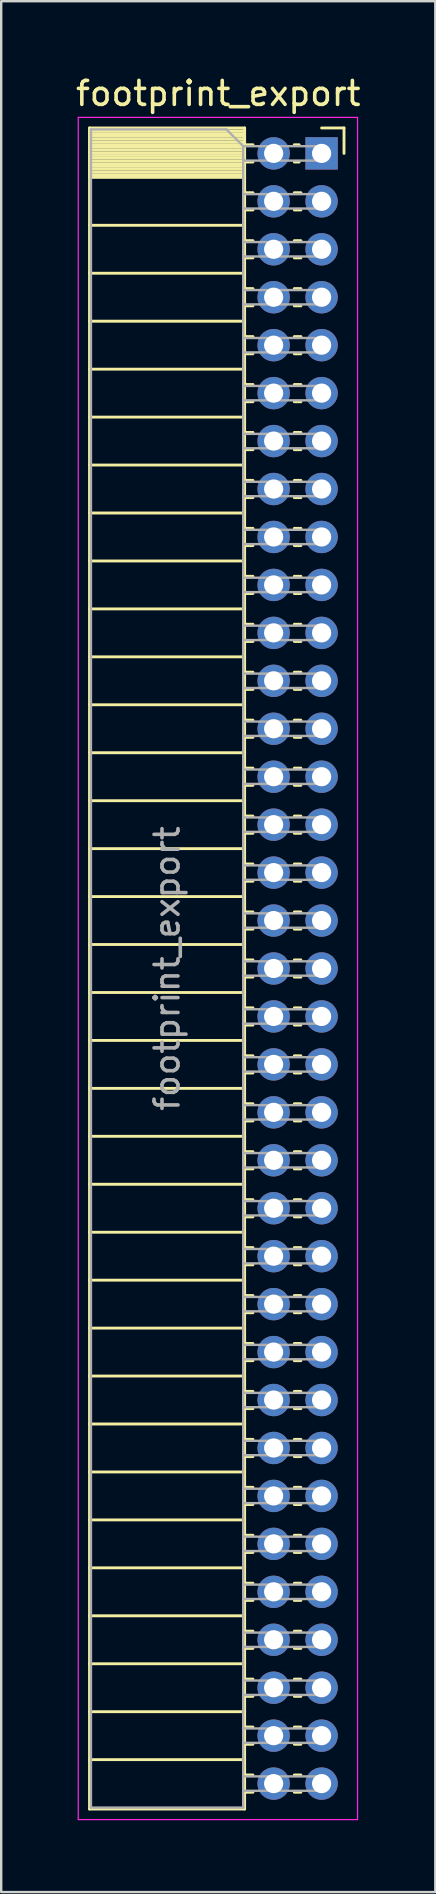
<source format=kicad_pcb>
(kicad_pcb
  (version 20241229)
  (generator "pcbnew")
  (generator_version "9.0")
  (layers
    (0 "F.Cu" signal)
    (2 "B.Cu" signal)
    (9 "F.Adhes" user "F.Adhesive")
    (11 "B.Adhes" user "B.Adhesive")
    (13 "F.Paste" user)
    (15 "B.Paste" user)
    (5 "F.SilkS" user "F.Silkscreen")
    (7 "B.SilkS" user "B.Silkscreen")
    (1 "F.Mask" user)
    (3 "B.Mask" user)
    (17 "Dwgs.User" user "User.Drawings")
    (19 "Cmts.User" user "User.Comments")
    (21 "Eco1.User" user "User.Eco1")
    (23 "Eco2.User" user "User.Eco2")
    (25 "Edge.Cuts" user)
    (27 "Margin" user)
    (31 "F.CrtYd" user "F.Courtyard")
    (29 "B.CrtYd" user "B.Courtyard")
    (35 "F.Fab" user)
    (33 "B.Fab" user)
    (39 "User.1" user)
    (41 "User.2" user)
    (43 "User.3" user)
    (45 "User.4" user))
  (footprint "footprint_export"
    (layer "F.Cu")
    (at 10.364 3.348)
    (property "Reference" "footprint_export" (at -4.31 -2.5 0) (layer "F.SilkS") (effects (font (size 1 1) (thickness 0.15))))
    (attr through_hole)
    (fp_line (start -9.68 -1.06) (end -9.68 69.06) (stroke (width 0.12) (type solid)) (layer "F.SilkS"))
    (fp_line (start -9.68 -1.06) (end -3.21 -1.06) (stroke (width 0.12) (type solid)) (layer "F.SilkS"))
    (fp_line (start -9.68 -0.94) (end -3.21 -0.94) (stroke (width 0.12) (type solid)) (layer "F.SilkS"))
    (fp_line (start -9.68 -0.826) (end -3.21 -0.826) (stroke (width 0.12) (type solid)) (layer "F.SilkS"))
    (fp_line (start -9.68 -0.712) (end -3.21 -0.712) (stroke (width 0.12) (type solid)) (layer "F.SilkS"))
    (fp_line (start -9.68 -0.598) (end -3.21 -0.598) (stroke (width 0.12) (type solid)) (layer "F.SilkS"))
    (fp_line (start -9.68 -0.484) (end -3.21 -0.484) (stroke (width 0.12) (type solid)) (layer "F.SilkS"))
    (fp_line (start -9.68 -0.369) (end -3.21 -0.369) (stroke (width 0.12) (type solid)) (layer "F.SilkS"))
    (fp_line (start -9.68 -0.255) (end -3.21 -0.255) (stroke (width 0.12) (type solid)) (layer "F.SilkS"))
    (fp_line (start -9.68 -0.141) (end -3.21 -0.141) (stroke (width 0.12) (type solid)) (layer "F.SilkS"))
    (fp_line (start -9.68 -0.027) (end -3.21 -0.027) (stroke (width 0.12) (type solid)) (layer "F.SilkS"))
    (fp_line (start -9.68 0.087) (end -3.21 0.087) (stroke (width 0.12) (type solid)) (layer "F.SilkS"))
    (fp_line (start -9.68 0.201) (end -3.21 0.201) (stroke (width 0.12) (type solid)) (layer "F.SilkS"))
    (fp_line (start -9.68 0.315) (end -3.21 0.315) (stroke (width 0.12) (type solid)) (layer "F.SilkS"))
    (fp_line (start -9.68 0.429) (end -3.21 0.429) (stroke (width 0.12) (type solid)) (layer "F.SilkS"))
    (fp_line (start -9.68 0.544) (end -3.21 0.544) (stroke (width 0.12) (type solid)) (layer "F.SilkS"))
    (fp_line (start -9.68 0.658) (end -3.21 0.658) (stroke (width 0.12) (type solid)) (layer "F.SilkS"))
    (fp_line (start -9.68 0.772) (end -3.21 0.772) (stroke (width 0.12) (type solid)) (layer "F.SilkS"))
    (fp_line (start -9.68 0.886) (end -3.21 0.886) (stroke (width 0.12) (type solid)) (layer "F.SilkS"))
    (fp_line (start -9.68 1) (end -3.21 1) (stroke (width 0.12) (type solid)) (layer "F.SilkS"))
    (fp_line (start -9.68 3) (end -3.21 3) (stroke (width 0.12) (type solid)) (layer "F.SilkS"))
    (fp_line (start -9.68 5) (end -3.21 5) (stroke (width 0.12) (type solid)) (layer "F.SilkS"))
    (fp_line (start -9.68 7) (end -3.21 7) (stroke (width 0.12) (type solid)) (layer "F.SilkS"))
    (fp_line (start -9.68 9) (end -3.21 9) (stroke (width 0.12) (type solid)) (layer "F.SilkS"))
    (fp_line (start -9.68 11) (end -3.21 11) (stroke (width 0.12) (type solid)) (layer "F.SilkS"))
    (fp_line (start -9.68 13) (end -3.21 13) (stroke (width 0.12) (type solid)) (layer "F.SilkS"))
    (fp_line (start -9.68 15) (end -3.21 15) (stroke (width 0.12) (type solid)) (layer "F.SilkS"))
    (fp_line (start -9.68 17) (end -3.21 17) (stroke (width 0.12) (type solid)) (layer "F.SilkS"))
    (fp_line (start -9.68 19) (end -3.21 19) (stroke (width 0.12) (type solid)) (layer "F.SilkS"))
    (fp_line (start -9.68 21) (end -3.21 21) (stroke (width 0.12) (type solid)) (layer "F.SilkS"))
    (fp_line (start -9.68 23) (end -3.21 23) (stroke (width 0.12) (type solid)) (layer "F.SilkS"))
    (fp_line (start -9.68 25) (end -3.21 25) (stroke (width 0.12) (type solid)) (layer "F.SilkS"))
    (fp_line (start -9.68 27) (end -3.21 27) (stroke (width 0.12) (type solid)) (layer "F.SilkS"))
    (fp_line (start -9.68 29) (end -3.21 29) (stroke (width 0.12) (type solid)) (layer "F.SilkS"))
    (fp_line (start -9.68 31) (end -3.21 31) (stroke (width 0.12) (type solid)) (layer "F.SilkS"))
    (fp_line (start -9.68 33) (end -3.21 33) (stroke (width 0.12) (type solid)) (layer "F.SilkS"))
    (fp_line (start -9.68 35) (end -3.21 35) (stroke (width 0.12) (type solid)) (layer "F.SilkS"))
    (fp_line (start -9.68 37) (end -3.21 37) (stroke (width 0.12) (type solid)) (layer "F.SilkS"))
    (fp_line (start -9.68 39) (end -3.21 39) (stroke (width 0.12) (type solid)) (layer "F.SilkS"))
    (fp_line (start -9.68 41) (end -3.21 41) (stroke (width 0.12) (type solid)) (layer "F.SilkS"))
    (fp_line (start -9.68 43) (end -3.21 43) (stroke (width 0.12) (type solid)) (layer "F.SilkS"))
    (fp_line (start -9.68 45) (end -3.21 45) (stroke (width 0.12) (type solid)) (layer "F.SilkS"))
    (fp_line (start -9.68 47) (end -3.21 47) (stroke (width 0.12) (type solid)) (layer "F.SilkS"))
    (fp_line (start -9.68 49) (end -3.21 49) (stroke (width 0.12) (type solid)) (layer "F.SilkS"))
    (fp_line (start -9.68 51) (end -3.21 51) (stroke (width 0.12) (type solid)) (layer "F.SilkS"))
    (fp_line (start -9.68 53) (end -3.21 53) (stroke (width 0.12) (type solid)) (layer "F.SilkS"))
    (fp_line (start -9.68 55) (end -3.21 55) (stroke (width 0.12) (type solid)) (layer "F.SilkS"))
    (fp_line (start -9.68 57) (end -3.21 57) (stroke (width 0.12) (type solid)) (layer "F.SilkS"))
    (fp_line (start -9.68 59) (end -3.21 59) (stroke (width 0.12) (type solid)) (layer "F.SilkS"))
    (fp_line (start -9.68 61) (end -3.21 61) (stroke (width 0.12) (type solid)) (layer "F.SilkS"))
    (fp_line (start -9.68 63) (end -3.21 63) (stroke (width 0.12) (type solid)) (layer "F.SilkS"))
    (fp_line (start -9.68 65) (end -3.21 65) (stroke (width 0.12) (type solid)) (layer "F.SilkS"))
    (fp_line (start -9.68 67) (end -3.21 67) (stroke (width 0.12) (type solid)) (layer "F.SilkS"))
    (fp_line (start -9.68 69.06) (end -3.21 69.06) (stroke (width 0.12) (type solid)) (layer "F.SilkS"))
    (fp_line (start -3.21 -1.06) (end -3.21 69.06) (stroke (width 0.12) (type solid)) (layer "F.SilkS"))
    (fp_line (start -3.21 -0.36) (end -2.863 -0.36) (stroke (width 0.12) (type solid)) (layer "F.SilkS"))
    (fp_line (start -3.21 0.36) (end -2.863 0.36) (stroke (width 0.12) (type solid)) (layer "F.SilkS"))
    (fp_line (start -3.21 1.64) (end -2.863 1.64) (stroke (width 0.12) (type solid)) (layer "F.SilkS"))
    (fp_line (start -3.21 2.36) (end -2.863 2.36) (stroke (width 0.12) (type solid)) (layer "F.SilkS"))
    (fp_line (start -3.21 3.64) (end -2.863 3.64) (stroke (width 0.12) (type solid)) (layer "F.SilkS"))
    (fp_line (start -3.21 4.36) (end -2.863 4.36) (stroke (width 0.12) (type solid)) (layer "F.SilkS"))
    (fp_line (start -3.21 5.64) (end -2.863 5.64) (stroke (width 0.12) (type solid)) (layer "F.SilkS"))
    (fp_line (start -3.21 6.36) (end -2.863 6.36) (stroke (width 0.12) (type solid)) (layer "F.SilkS"))
    (fp_line (start -3.21 7.64) (end -2.863 7.64) (stroke (width 0.12) (type solid)) (layer "F.SilkS"))
    (fp_line (start -3.21 8.36) (end -2.863 8.36) (stroke (width 0.12) (type solid)) (layer "F.SilkS"))
    (fp_line (start -3.21 9.64) (end -2.863 9.64) (stroke (width 0.12) (type solid)) (layer "F.SilkS"))
    (fp_line (start -3.21 10.36) (end -2.863 10.36) (stroke (width 0.12) (type solid)) (layer "F.SilkS"))
    (fp_line (start -3.21 11.64) (end -2.863 11.64) (stroke (width 0.12) (type solid)) (layer "F.SilkS"))
    (fp_line (start -3.21 12.36) (end -2.863 12.36) (stroke (width 0.12) (type solid)) (layer "F.SilkS"))
    (fp_line (start -3.21 13.64) (end -2.863 13.64) (stroke (width 0.12) (type solid)) (layer "F.SilkS"))
    (fp_line (start -3.21 14.36) (end -2.863 14.36) (stroke (width 0.12) (type solid)) (layer "F.SilkS"))
    (fp_line (start -3.21 15.64) (end -2.863 15.64) (stroke (width 0.12) (type solid)) (layer "F.SilkS"))
    (fp_line (start -3.21 16.36) (end -2.863 16.36) (stroke (width 0.12) (type solid)) (layer "F.SilkS"))
    (fp_line (start -3.21 17.64) (end -2.863 17.64) (stroke (width 0.12) (type solid)) (layer "F.SilkS"))
    (fp_line (start -3.21 18.36) (end -2.863 18.36) (stroke (width 0.12) (type solid)) (layer "F.SilkS"))
    (fp_line (start -3.21 19.64) (end -2.863 19.64) (stroke (width 0.12) (type solid)) (layer "F.SilkS"))
    (fp_line (start -3.21 20.36) (end -2.863 20.36) (stroke (width 0.12) (type solid)) (layer "F.SilkS"))
    (fp_line (start -3.21 21.64) (end -2.863 21.64) (stroke (width 0.12) (type solid)) (layer "F.SilkS"))
    (fp_line (start -3.21 22.36) (end -2.863 22.36) (stroke (width 0.12) (type solid)) (layer "F.SilkS"))
    (fp_line (start -3.21 23.64) (end -2.863 23.64) (stroke (width 0.12) (type solid)) (layer "F.SilkS"))
    (fp_line (start -3.21 24.36) (end -2.863 24.36) (stroke (width 0.12) (type solid)) (layer "F.SilkS"))
    (fp_line (start -3.21 25.64) (end -2.863 25.64) (stroke (width 0.12) (type solid)) (layer "F.SilkS"))
    (fp_line (start -3.21 26.36) (end -2.863 26.36) (stroke (width 0.12) (type solid)) (layer "F.SilkS"))
    (fp_line (start -3.21 27.64) (end -2.863 27.64) (stroke (width 0.12) (type solid)) (layer "F.SilkS"))
    (fp_line (start -3.21 28.36) (end -2.863 28.36) (stroke (width 0.12) (type solid)) (layer "F.SilkS"))
    (fp_line (start -3.21 29.64) (end -2.863 29.64) (stroke (width 0.12) (type solid)) (layer "F.SilkS"))
    (fp_line (start -3.21 30.36) (end -2.863 30.36) (stroke (width 0.12) (type solid)) (layer "F.SilkS"))
    (fp_line (start -3.21 31.64) (end -2.863 31.64) (stroke (width 0.12) (type solid)) (layer "F.SilkS"))
    (fp_line (start -3.21 32.36) (end -2.863 32.36) (stroke (width 0.12) (type solid)) (layer "F.SilkS"))
    (fp_line (start -3.21 33.64) (end -2.863 33.64) (stroke (width 0.12) (type solid)) (layer "F.SilkS"))
    (fp_line (start -3.21 34.36) (end -2.863 34.36) (stroke (width 0.12) (type solid)) (layer "F.SilkS"))
    (fp_line (start -3.21 35.64) (end -2.863 35.64) (stroke (width 0.12) (type solid)) (layer "F.SilkS"))
    (fp_line (start -3.21 36.36) (end -2.863 36.36) (stroke (width 0.12) (type solid)) (layer "F.SilkS"))
    (fp_line (start -3.21 37.64) (end -2.863 37.64) (stroke (width 0.12) (type solid)) (layer "F.SilkS"))
    (fp_line (start -3.21 38.36) (end -2.863 38.36) (stroke (width 0.12) (type solid)) (layer "F.SilkS"))
    (fp_line (start -3.21 39.64) (end -2.863 39.64) (stroke (width 0.12) (type solid)) (layer "F.SilkS"))
    (fp_line (start -3.21 40.36) (end -2.863 40.36) (stroke (width 0.12) (type solid)) (layer "F.SilkS"))
    (fp_line (start -3.21 41.64) (end -2.863 41.64) (stroke (width 0.12) (type solid)) (layer "F.SilkS"))
    (fp_line (start -3.21 42.36) (end -2.863 42.36) (stroke (width 0.12) (type solid)) (layer "F.SilkS"))
    (fp_line (start -3.21 43.64) (end -2.863 43.64) (stroke (width 0.12) (type solid)) (layer "F.SilkS"))
    (fp_line (start -3.21 44.36) (end -2.863 44.36) (stroke (width 0.12) (type solid)) (layer "F.SilkS"))
    (fp_line (start -3.21 45.64) (end -2.863 45.64) (stroke (width 0.12) (type solid)) (layer "F.SilkS"))
    (fp_line (start -3.21 46.36) (end -2.863 46.36) (stroke (width 0.12) (type solid)) (layer "F.SilkS"))
    (fp_line (start -3.21 47.64) (end -2.863 47.64) (stroke (width 0.12) (type solid)) (layer "F.SilkS"))
    (fp_line (start -3.21 48.36) (end -2.863 48.36) (stroke (width 0.12) (type solid)) (layer "F.SilkS"))
    (fp_line (start -3.21 49.64) (end -2.863 49.64) (stroke (width 0.12) (type solid)) (layer "F.SilkS"))
    (fp_line (start -3.21 50.36) (end -2.863 50.36) (stroke (width 0.12) (type solid)) (layer "F.SilkS"))
    (fp_line (start -3.21 51.64) (end -2.863 51.64) (stroke (width 0.12) (type solid)) (layer "F.SilkS"))
    (fp_line (start -3.21 52.36) (end -2.863 52.36) (stroke (width 0.12) (type solid)) (layer "F.SilkS"))
    (fp_line (start -3.21 53.64) (end -2.863 53.64) (stroke (width 0.12) (type solid)) (layer "F.SilkS"))
    (fp_line (start -3.21 54.36) (end -2.863 54.36) (stroke (width 0.12) (type solid)) (layer "F.SilkS"))
    (fp_line (start -3.21 55.64) (end -2.863 55.64) (stroke (width 0.12) (type solid)) (layer "F.SilkS"))
    (fp_line (start -3.21 56.36) (end -2.863 56.36) (stroke (width 0.12) (type solid)) (layer "F.SilkS"))
    (fp_line (start -3.21 57.64) (end -2.863 57.64) (stroke (width 0.12) (type solid)) (layer "F.SilkS"))
    (fp_line (start -3.21 58.36) (end -2.863 58.36) (stroke (width 0.12) (type solid)) (layer "F.SilkS"))
    (fp_line (start -3.21 59.64) (end -2.863 59.64) (stroke (width 0.12) (type solid)) (layer "F.SilkS"))
    (fp_line (start -3.21 60.36) (end -2.863 60.36) (stroke (width 0.12) (type solid)) (layer "F.SilkS"))
    (fp_line (start -3.21 61.64) (end -2.863 61.64) (stroke (width 0.12) (type solid)) (layer "F.SilkS"))
    (fp_line (start -3.21 62.36) (end -2.863 62.36) (stroke (width 0.12) (type solid)) (layer "F.SilkS"))
    (fp_line (start -3.21 63.64) (end -2.863 63.64) (stroke (width 0.12) (type solid)) (layer "F.SilkS"))
    (fp_line (start -3.21 64.36) (end -2.863 64.36) (stroke (width 0.12) (type solid)) (layer "F.SilkS"))
    (fp_line (start -3.21 65.64) (end -2.863 65.64) (stroke (width 0.12) (type solid)) (layer "F.SilkS"))
    (fp_line (start -3.21 66.36) (end -2.863 66.36) (stroke (width 0.12) (type solid)) (layer "F.SilkS"))
    (fp_line (start -3.21 67.64) (end -2.863 67.64) (stroke (width 0.12) (type solid)) (layer "F.SilkS"))
    (fp_line (start -3.21 68.36) (end -2.863 68.36) (stroke (width 0.12) (type solid)) (layer "F.SilkS"))
    (fp_line (start -1.137 -0.36) (end -0.935 -0.36) (stroke (width 0.12) (type solid)) (layer "F.SilkS"))
    (fp_line (start -1.137 0.36) (end -0.935 0.36) (stroke (width 0.12) (type solid)) (layer "F.SilkS"))
    (fp_line (start -1.137 1.64) (end -0.863 1.64) (stroke (width 0.12) (type solid)) (layer "F.SilkS"))
    (fp_line (start -1.137 2.36) (end -0.863 2.36) (stroke (width 0.12) (type solid)) (layer "F.SilkS"))
    (fp_line (start -1.137 3.64) (end -0.863 3.64) (stroke (width 0.12) (type solid)) (layer "F.SilkS"))
    (fp_line (start -1.137 4.36) (end -0.863 4.36) (stroke (width 0.12) (type solid)) (layer "F.SilkS"))
    (fp_line (start -1.137 5.64) (end -0.863 5.64) (stroke (width 0.12) (type solid)) (layer "F.SilkS"))
    (fp_line (start -1.137 6.36) (end -0.863 6.36) (stroke (width 0.12) (type solid)) (layer "F.SilkS"))
    (fp_line (start -1.137 7.64) (end -0.863 7.64) (stroke (width 0.12) (type solid)) (layer "F.SilkS"))
    (fp_line (start -1.137 8.36) (end -0.863 8.36) (stroke (width 0.12) (type solid)) (layer "F.SilkS"))
    (fp_line (start -1.137 9.64) (end -0.863 9.64) (stroke (width 0.12) (type solid)) (layer "F.SilkS"))
    (fp_line (start -1.137 10.36) (end -0.863 10.36) (stroke (width 0.12) (type solid)) (layer "F.SilkS"))
    (fp_line (start -1.137 11.64) (end -0.863 11.64) (stroke (width 0.12) (type solid)) (layer "F.SilkS"))
    (fp_line (start -1.137 12.36) (end -0.863 12.36) (stroke (width 0.12) (type solid)) (layer "F.SilkS"))
    (fp_line (start -1.137 13.64) (end -0.863 13.64) (stroke (width 0.12) (type solid)) (layer "F.SilkS"))
    (fp_line (start -1.137 14.36) (end -0.863 14.36) (stroke (width 0.12) (type solid)) (layer "F.SilkS"))
    (fp_line (start -1.137 15.64) (end -0.863 15.64) (stroke (width 0.12) (type solid)) (layer "F.SilkS"))
    (fp_line (start -1.137 16.36) (end -0.863 16.36) (stroke (width 0.12) (type solid)) (layer "F.SilkS"))
    (fp_line (start -1.137 17.64) (end -0.863 17.64) (stroke (width 0.12) (type solid)) (layer "F.SilkS"))
    (fp_line (start -1.137 18.36) (end -0.863 18.36) (stroke (width 0.12) (type solid)) (layer "F.SilkS"))
    (fp_line (start -1.137 19.64) (end -0.863 19.64) (stroke (width 0.12) (type solid)) (layer "F.SilkS"))
    (fp_line (start -1.137 20.36) (end -0.863 20.36) (stroke (width 0.12) (type solid)) (layer "F.SilkS"))
    (fp_line (start -1.137 21.64) (end -0.863 21.64) (stroke (width 0.12) (type solid)) (layer "F.SilkS"))
    (fp_line (start -1.137 22.36) (end -0.863 22.36) (stroke (width 0.12) (type solid)) (layer "F.SilkS"))
    (fp_line (start -1.137 23.64) (end -0.863 23.64) (stroke (width 0.12) (type solid)) (layer "F.SilkS"))
    (fp_line (start -1.137 24.36) (end -0.863 24.36) (stroke (width 0.12) (type solid)) (layer "F.SilkS"))
    (fp_line (start -1.137 25.64) (end -0.863 25.64) (stroke (width 0.12) (type solid)) (layer "F.SilkS"))
    (fp_line (start -1.137 26.36) (end -0.863 26.36) (stroke (width 0.12) (type solid)) (layer "F.SilkS"))
    (fp_line (start -1.137 27.64) (end -0.863 27.64) (stroke (width 0.12) (type solid)) (layer "F.SilkS"))
    (fp_line (start -1.137 28.36) (end -0.863 28.36) (stroke (width 0.12) (type solid)) (layer "F.SilkS"))
    (fp_line (start -1.137 29.64) (end -0.863 29.64) (stroke (width 0.12) (type solid)) (layer "F.SilkS"))
    (fp_line (start -1.137 30.36) (end -0.863 30.36) (stroke (width 0.12) (type solid)) (layer "F.SilkS"))
    (fp_line (start -1.137 31.64) (end -0.863 31.64) (stroke (width 0.12) (type solid)) (layer "F.SilkS"))
    (fp_line (start -1.137 32.36) (end -0.863 32.36) (stroke (width 0.12) (type solid)) (layer "F.SilkS"))
    (fp_line (start -1.137 33.64) (end -0.863 33.64) (stroke (width 0.12) (type solid)) (layer "F.SilkS"))
    (fp_line (start -1.137 34.36) (end -0.863 34.36) (stroke (width 0.12) (type solid)) (layer "F.SilkS"))
    (fp_line (start -1.137 35.64) (end -0.863 35.64) (stroke (width 0.12) (type solid)) (layer "F.SilkS"))
    (fp_line (start -1.137 36.36) (end -0.863 36.36) (stroke (width 0.12) (type solid)) (layer "F.SilkS"))
    (fp_line (start -1.137 37.64) (end -0.863 37.64) (stroke (width 0.12) (type solid)) (layer "F.SilkS"))
    (fp_line (start -1.137 38.36) (end -0.863 38.36) (stroke (width 0.12) (type solid)) (layer "F.SilkS"))
    (fp_line (start -1.137 39.64) (end -0.863 39.64) (stroke (width 0.12) (type solid)) (layer "F.SilkS"))
    (fp_line (start -1.137 40.36) (end -0.863 40.36) (stroke (width 0.12) (type solid)) (layer "F.SilkS"))
    (fp_line (start -1.137 41.64) (end -0.863 41.64) (stroke (width 0.12) (type solid)) (layer "F.SilkS"))
    (fp_line (start -1.137 42.36) (end -0.863 42.36) (stroke (width 0.12) (type solid)) (layer "F.SilkS"))
    (fp_line (start -1.137 43.64) (end -0.863 43.64) (stroke (width 0.12) (type solid)) (layer "F.SilkS"))
    (fp_line (start -1.137 44.36) (end -0.863 44.36) (stroke (width 0.12) (type solid)) (layer "F.SilkS"))
    (fp_line (start -1.137 45.64) (end -0.863 45.64) (stroke (width 0.12) (type solid)) (layer "F.SilkS"))
    (fp_line (start -1.137 46.36) (end -0.863 46.36) (stroke (width 0.12) (type solid)) (layer "F.SilkS"))
    (fp_line (start -1.137 47.64) (end -0.863 47.64) (stroke (width 0.12) (type solid)) (layer "F.SilkS"))
    (fp_line (start -1.137 48.36) (end -0.863 48.36) (stroke (width 0.12) (type solid)) (layer "F.SilkS"))
    (fp_line (start -1.137 49.64) (end -0.863 49.64) (stroke (width 0.12) (type solid)) (layer "F.SilkS"))
    (fp_line (start -1.137 50.36) (end -0.863 50.36) (stroke (width 0.12) (type solid)) (layer "F.SilkS"))
    (fp_line (start -1.137 51.64) (end -0.863 51.64) (stroke (width 0.12) (type solid)) (layer "F.SilkS"))
    (fp_line (start -1.137 52.36) (end -0.863 52.36) (stroke (width 0.12) (type solid)) (layer "F.SilkS"))
    (fp_line (start -1.137 53.64) (end -0.863 53.64) (stroke (width 0.12) (type solid)) (layer "F.SilkS"))
    (fp_line (start -1.137 54.36) (end -0.863 54.36) (stroke (width 0.12) (type solid)) (layer "F.SilkS"))
    (fp_line (start -1.137 55.64) (end -0.863 55.64) (stroke (width 0.12) (type solid)) (layer "F.SilkS"))
    (fp_line (start -1.137 56.36) (end -0.863 56.36) (stroke (width 0.12) (type solid)) (layer "F.SilkS"))
    (fp_line (start -1.137 57.64) (end -0.863 57.64) (stroke (width 0.12) (type solid)) (layer "F.SilkS"))
    (fp_line (start -1.137 58.36) (end -0.863 58.36) (stroke (width 0.12) (type solid)) (layer "F.SilkS"))
    (fp_line (start -1.137 59.64) (end -0.863 59.64) (stroke (width 0.12) (type solid)) (layer "F.SilkS"))
    (fp_line (start -1.137 60.36) (end -0.863 60.36) (stroke (width 0.12) (type solid)) (layer "F.SilkS"))
    (fp_line (start -1.137 61.64) (end -0.863 61.64) (stroke (width 0.12) (type solid)) (layer "F.SilkS"))
    (fp_line (start -1.137 62.36) (end -0.863 62.36) (stroke (width 0.12) (type solid)) (layer "F.SilkS"))
    (fp_line (start -1.137 63.64) (end -0.863 63.64) (stroke (width 0.12) (type solid)) (layer "F.SilkS"))
    (fp_line (start -1.137 64.36) (end -0.863 64.36) (stroke (width 0.12) (type solid)) (layer "F.SilkS"))
    (fp_line (start -1.137 65.64) (end -0.863 65.64) (stroke (width 0.12) (type solid)) (layer "F.SilkS"))
    (fp_line (start -1.137 66.36) (end -0.863 66.36) (stroke (width 0.12) (type solid)) (layer "F.SilkS"))
    (fp_line (start -1.137 67.64) (end -0.863 67.64) (stroke (width 0.12) (type solid)) (layer "F.SilkS"))
    (fp_line (start -1.137 68.36) (end -0.863 68.36) (stroke (width 0.12) (type solid)) (layer "F.SilkS"))
    (fp_line (start 0 -1.06) (end 0.935 -1.06) (stroke (width 0.12) (type solid)) (layer "F.SilkS"))
    (fp_line (start 0.935 -1.06) (end 0.935 0) (stroke (width 0.12) (type solid)) (layer "F.SilkS"))
    (fp_line (start -10.15 -1.5) (end -10.15 69.5) (stroke (width 0.05) (type solid)) (layer "F.CrtYd"))
    (fp_line (start -10.15 69.5) (end 1.5 69.5) (stroke (width 0.05) (type solid)) (layer "F.CrtYd"))
    (fp_line (start 1.5 -1.5) (end -10.15 -1.5) (stroke (width 0.05) (type solid)) (layer "F.CrtYd"))
    (fp_line (start 1.5 69.5) (end 1.5 -1.5) (stroke (width 0.05) (type solid)) (layer "F.CrtYd"))
    (fp_line (start -9.62 -1) (end -3.97 -1) (stroke (width 0.1) (type solid)) (layer "F.Fab"))
    (fp_line (start -9.62 69) (end -9.62 -1) (stroke (width 0.1) (type solid)) (layer "F.Fab"))
    (fp_line (start -3.97 -1) (end -3.27 -0.3) (stroke (width 0.1) (type solid)) (layer "F.Fab"))
    (fp_line (start -3.27 -0.3) (end -3.27 69) (stroke (width 0.1) (type solid)) (layer "F.Fab"))
    (fp_line (start -3.27 0.3) (end 0 0.3) (stroke (width 0.1) (type solid)) (layer "F.Fab"))
    (fp_line (start -3.27 2.3) (end 0 2.3) (stroke (width 0.1) (type solid)) (layer "F.Fab"))
    (fp_line (start -3.27 4.3) (end 0 4.3) (stroke (width 0.1) (type solid)) (layer "F.Fab"))
    (fp_line (start -3.27 6.3) (end 0 6.3) (stroke (width 0.1) (type solid)) (layer "F.Fab"))
    (fp_line (start -3.27 8.3) (end 0 8.3) (stroke (width 0.1) (type solid)) (layer "F.Fab"))
    (fp_line (start -3.27 10.3) (end 0 10.3) (stroke (width 0.1) (type solid)) (layer "F.Fab"))
    (fp_line (start -3.27 12.3) (end 0 12.3) (stroke (width 0.1) (type solid)) (layer "F.Fab"))
    (fp_line (start -3.27 14.3) (end 0 14.3) (stroke (width 0.1) (type solid)) (layer "F.Fab"))
    (fp_line (start -3.27 16.3) (end 0 16.3) (stroke (width 0.1) (type solid)) (layer "F.Fab"))
    (fp_line (start -3.27 18.3) (end 0 18.3) (stroke (width 0.1) (type solid)) (layer "F.Fab"))
    (fp_line (start -3.27 20.3) (end 0 20.3) (stroke (width 0.1) (type solid)) (layer "F.Fab"))
    (fp_line (start -3.27 22.3) (end 0 22.3) (stroke (width 0.1) (type solid)) (layer "F.Fab"))
    (fp_line (start -3.27 24.3) (end 0 24.3) (stroke (width 0.1) (type solid)) (layer "F.Fab"))
    (fp_line (start -3.27 26.3) (end 0 26.3) (stroke (width 0.1) (type solid)) (layer "F.Fab"))
    (fp_line (start -3.27 28.3) (end 0 28.3) (stroke (width 0.1) (type solid)) (layer "F.Fab"))
    (fp_line (start -3.27 30.3) (end 0 30.3) (stroke (width 0.1) (type solid)) (layer "F.Fab"))
    (fp_line (start -3.27 32.3) (end 0 32.3) (stroke (width 0.1) (type solid)) (layer "F.Fab"))
    (fp_line (start -3.27 34.3) (end 0 34.3) (stroke (width 0.1) (type solid)) (layer "F.Fab"))
    (fp_line (start -3.27 36.3) (end 0 36.3) (stroke (width 0.1) (type solid)) (layer "F.Fab"))
    (fp_line (start -3.27 38.3) (end 0 38.3) (stroke (width 0.1) (type solid)) (layer "F.Fab"))
    (fp_line (start -3.27 40.3) (end 0 40.3) (stroke (width 0.1) (type solid)) (layer "F.Fab"))
    (fp_line (start -3.27 42.3) (end 0 42.3) (stroke (width 0.1) (type solid)) (layer "F.Fab"))
    (fp_line (start -3.27 44.3) (end 0 44.3) (stroke (width 0.1) (type solid)) (layer "F.Fab"))
    (fp_line (start -3.27 46.3) (end 0 46.3) (stroke (width 0.1) (type solid)) (layer "F.Fab"))
    (fp_line (start -3.27 48.3) (end 0 48.3) (stroke (width 0.1) (type solid)) (layer "F.Fab"))
    (fp_line (start -3.27 50.3) (end 0 50.3) (stroke (width 0.1) (type solid)) (layer "F.Fab"))
    (fp_line (start -3.27 52.3) (end 0 52.3) (stroke (width 0.1) (type solid)) (layer "F.Fab"))
    (fp_line (start -3.27 54.3) (end 0 54.3) (stroke (width 0.1) (type solid)) (layer "F.Fab"))
    (fp_line (start -3.27 56.3) (end 0 56.3) (stroke (width 0.1) (type solid)) (layer "F.Fab"))
    (fp_line (start -3.27 58.3) (end 0 58.3) (stroke (width 0.1) (type solid)) (layer "F.Fab"))
    (fp_line (start -3.27 60.3) (end 0 60.3) (stroke (width 0.1) (type solid)) (layer "F.Fab"))
    (fp_line (start -3.27 62.3) (end 0 62.3) (stroke (width 0.1) (type solid)) (layer "F.Fab"))
    (fp_line (start -3.27 64.3) (end 0 64.3) (stroke (width 0.1) (type solid)) (layer "F.Fab"))
    (fp_line (start -3.27 66.3) (end 0 66.3) (stroke (width 0.1) (type solid)) (layer "F.Fab"))
    (fp_line (start -3.27 68.3) (end 0 68.3) (stroke (width 0.1) (type solid)) (layer "F.Fab"))
    (fp_line (start -3.27 69) (end -9.62 69) (stroke (width 0.1) (type solid)) (layer "F.Fab"))
    (fp_line (start 0 -0.3) (end -3.27 -0.3) (stroke (width 0.1) (type solid)) (layer "F.Fab"))
    (fp_line (start 0 0.3) (end 0 -0.3) (stroke (width 0.1) (type solid)) (layer "F.Fab"))
    (fp_line (start 0 1.7) (end -3.27 1.7) (stroke (width 0.1) (type solid)) (layer "F.Fab"))
    (fp_line (start 0 2.3) (end 0 1.7) (stroke (width 0.1) (type solid)) (layer "F.Fab"))
    (fp_line (start 0 3.7) (end -3.27 3.7) (stroke (width 0.1) (type solid)) (layer "F.Fab"))
    (fp_line (start 0 4.3) (end 0 3.7) (stroke (width 0.1) (type solid)) (layer "F.Fab"))
    (fp_line (start 0 5.7) (end -3.27 5.7) (stroke (width 0.1) (type solid)) (layer "F.Fab"))
    (fp_line (start 0 6.3) (end 0 5.7) (stroke (width 0.1) (type solid)) (layer "F.Fab"))
    (fp_line (start 0 7.7) (end -3.27 7.7) (stroke (width 0.1) (type solid)) (layer "F.Fab"))
    (fp_line (start 0 8.3) (end 0 7.7) (stroke (width 0.1) (type solid)) (layer "F.Fab"))
    (fp_line (start 0 9.7) (end -3.27 9.7) (stroke (width 0.1) (type solid)) (layer "F.Fab"))
    (fp_line (start 0 10.3) (end 0 9.7) (stroke (width 0.1) (type solid)) (layer "F.Fab"))
    (fp_line (start 0 11.7) (end -3.27 11.7) (stroke (width 0.1) (type solid)) (layer "F.Fab"))
    (fp_line (start 0 12.3) (end 0 11.7) (stroke (width 0.1) (type solid)) (layer "F.Fab"))
    (fp_line (start 0 13.7) (end -3.27 13.7) (stroke (width 0.1) (type solid)) (layer "F.Fab"))
    (fp_line (start 0 14.3) (end 0 13.7) (stroke (width 0.1) (type solid)) (layer "F.Fab"))
    (fp_line (start 0 15.7) (end -3.27 15.7) (stroke (width 0.1) (type solid)) (layer "F.Fab"))
    (fp_line (start 0 16.3) (end 0 15.7) (stroke (width 0.1) (type solid)) (layer "F.Fab"))
    (fp_line (start 0 17.7) (end -3.27 17.7) (stroke (width 0.1) (type solid)) (layer "F.Fab"))
    (fp_line (start 0 18.3) (end 0 17.7) (stroke (width 0.1) (type solid)) (layer "F.Fab"))
    (fp_line (start 0 19.7) (end -3.27 19.7) (stroke (width 0.1) (type solid)) (layer "F.Fab"))
    (fp_line (start 0 20.3) (end 0 19.7) (stroke (width 0.1) (type solid)) (layer "F.Fab"))
    (fp_line (start 0 21.7) (end -3.27 21.7) (stroke (width 0.1) (type solid)) (layer "F.Fab"))
    (fp_line (start 0 22.3) (end 0 21.7) (stroke (width 0.1) (type solid)) (layer "F.Fab"))
    (fp_line (start 0 23.7) (end -3.27 23.7) (stroke (width 0.1) (type solid)) (layer "F.Fab"))
    (fp_line (start 0 24.3) (end 0 23.7) (stroke (width 0.1) (type solid)) (layer "F.Fab"))
    (fp_line (start 0 25.7) (end -3.27 25.7) (stroke (width 0.1) (type solid)) (layer "F.Fab"))
    (fp_line (start 0 26.3) (end 0 25.7) (stroke (width 0.1) (type solid)) (layer "F.Fab"))
    (fp_line (start 0 27.7) (end -3.27 27.7) (stroke (width 0.1) (type solid)) (layer "F.Fab"))
    (fp_line (start 0 28.3) (end 0 27.7) (stroke (width 0.1) (type solid)) (layer "F.Fab"))
    (fp_line (start 0 29.7) (end -3.27 29.7) (stroke (width 0.1) (type solid)) (layer "F.Fab"))
    (fp_line (start 0 30.3) (end 0 29.7) (stroke (width 0.1) (type solid)) (layer "F.Fab"))
    (fp_line (start 0 31.7) (end -3.27 31.7) (stroke (width 0.1) (type solid)) (layer "F.Fab"))
    (fp_line (start 0 32.3) (end 0 31.7) (stroke (width 0.1) (type solid)) (layer "F.Fab"))
    (fp_line (start 0 33.7) (end -3.27 33.7) (stroke (width 0.1) (type solid)) (layer "F.Fab"))
    (fp_line (start 0 34.3) (end 0 33.7) (stroke (width 0.1) (type solid)) (layer "F.Fab"))
    (fp_line (start 0 35.7) (end -3.27 35.7) (stroke (width 0.1) (type solid)) (layer "F.Fab"))
    (fp_line (start 0 36.3) (end 0 35.7) (stroke (width 0.1) (type solid)) (layer "F.Fab"))
    (fp_line (start 0 37.7) (end -3.27 37.7) (stroke (width 0.1) (type solid)) (layer "F.Fab"))
    (fp_line (start 0 38.3) (end 0 37.7) (stroke (width 0.1) (type solid)) (layer "F.Fab"))
    (fp_line (start 0 39.7) (end -3.27 39.7) (stroke (width 0.1) (type solid)) (layer "F.Fab"))
    (fp_line (start 0 40.3) (end 0 39.7) (stroke (width 0.1) (type solid)) (layer "F.Fab"))
    (fp_line (start 0 41.7) (end -3.27 41.7) (stroke (width 0.1) (type solid)) (layer "F.Fab"))
    (fp_line (start 0 42.3) (end 0 41.7) (stroke (width 0.1) (type solid)) (layer "F.Fab"))
    (fp_line (start 0 43.7) (end -3.27 43.7) (stroke (width 0.1) (type solid)) (layer "F.Fab"))
    (fp_line (start 0 44.3) (end 0 43.7) (stroke (width 0.1) (type solid)) (layer "F.Fab"))
    (fp_line (start 0 45.7) (end -3.27 45.7) (stroke (width 0.1) (type solid)) (layer "F.Fab"))
    (fp_line (start 0 46.3) (end 0 45.7) (stroke (width 0.1) (type solid)) (layer "F.Fab"))
    (fp_line (start 0 47.7) (end -3.27 47.7) (stroke (width 0.1) (type solid)) (layer "F.Fab"))
    (fp_line (start 0 48.3) (end 0 47.7) (stroke (width 0.1) (type solid)) (layer "F.Fab"))
    (fp_line (start 0 49.7) (end -3.27 49.7) (stroke (width 0.1) (type solid)) (layer "F.Fab"))
    (fp_line (start 0 50.3) (end 0 49.7) (stroke (width 0.1) (type solid)) (layer "F.Fab"))
    (fp_line (start 0 51.7) (end -3.27 51.7) (stroke (width 0.1) (type solid)) (layer "F.Fab"))
    (fp_line (start 0 52.3) (end 0 51.7) (stroke (width 0.1) (type solid)) (layer "F.Fab"))
    (fp_line (start 0 53.7) (end -3.27 53.7) (stroke (width 0.1) (type solid)) (layer "F.Fab"))
    (fp_line (start 0 54.3) (end 0 53.7) (stroke (width 0.1) (type solid)) (layer "F.Fab"))
    (fp_line (start 0 55.7) (end -3.27 55.7) (stroke (width 0.1) (type solid)) (layer "F.Fab"))
    (fp_line (start 0 56.3) (end 0 55.7) (stroke (width 0.1) (type solid)) (layer "F.Fab"))
    (fp_line (start 0 57.7) (end -3.27 57.7) (stroke (width 0.1) (type solid)) (layer "F.Fab"))
    (fp_line (start 0 58.3) (end 0 57.7) (stroke (width 0.1) (type solid)) (layer "F.Fab"))
    (fp_line (start 0 59.7) (end -3.27 59.7) (stroke (width 0.1) (type solid)) (layer "F.Fab"))
    (fp_line (start 0 60.3) (end 0 59.7) (stroke (width 0.1) (type solid)) (layer "F.Fab"))
    (fp_line (start 0 61.7) (end -3.27 61.7) (stroke (width 0.1) (type solid)) (layer "F.Fab"))
    (fp_line (start 0 62.3) (end 0 61.7) (stroke (width 0.1) (type solid)) (layer "F.Fab"))
    (fp_line (start 0 63.7) (end -3.27 63.7) (stroke (width 0.1) (type solid)) (layer "F.Fab"))
    (fp_line (start 0 64.3) (end 0 63.7) (stroke (width 0.1) (type solid)) (layer "F.Fab"))
    (fp_line (start 0 65.7) (end -3.27 65.7) (stroke (width 0.1) (type solid)) (layer "F.Fab"))
    (fp_line (start 0 66.3) (end 0 65.7) (stroke (width 0.1) (type solid)) (layer "F.Fab"))
    (fp_line (start 0 67.7) (end -3.27 67.7) (stroke (width 0.1) (type solid)) (layer "F.Fab"))
    (fp_line (start 0 68.3) (end 0 67.7) (stroke (width 0.1) (type solid)) (layer "F.Fab"))
    (fp_text user "${REFERENCE}" (at -6.445 34 90) (layer "F.Fab") (effects (font (size 1 1) (thickness 0.15))))
    (pad "1" thru_hole rect (at 0 0) (size 1.35 1.35) (drill 0.8) (layers "*.Cu" "*.Mask"))
    (pad "2" thru_hole oval (at -2 0) (size 1.35 1.35) (drill 0.8) (layers "*.Cu" "*.Mask"))
    (pad "3" thru_hole oval (at 0 2) (size 1.35 1.35) (drill 0.8) (layers "*.Cu" "*.Mask"))
    (pad "4" thru_hole oval (at -2 2) (size 1.35 1.35) (drill 0.8) (layers "*.Cu" "*.Mask"))
    (pad "5" thru_hole oval (at 0 4) (size 1.35 1.35) (drill 0.8) (layers "*.Cu" "*.Mask"))
    (pad "6" thru_hole oval (at -2 4) (size 1.35 1.35) (drill 0.8) (layers "*.Cu" "*.Mask"))
    (pad "7" thru_hole oval (at 0 6) (size 1.35 1.35) (drill 0.8) (layers "*.Cu" "*.Mask"))
    (pad "8" thru_hole oval (at -2 6) (size 1.35 1.35) (drill 0.8) (layers "*.Cu" "*.Mask"))
    (pad "9" thru_hole oval (at 0 8) (size 1.35 1.35) (drill 0.8) (layers "*.Cu" "*.Mask"))
    (pad "10" thru_hole oval (at -2 8) (size 1.35 1.35) (drill 0.8) (layers "*.Cu" "*.Mask"))
    (pad "11" thru_hole oval (at 0 10) (size 1.35 1.35) (drill 0.8) (layers "*.Cu" "*.Mask"))
    (pad "12" thru_hole oval (at -2 10) (size 1.35 1.35) (drill 0.8) (layers "*.Cu" "*.Mask"))
    (pad "13" thru_hole oval (at 0 12) (size 1.35 1.35) (drill 0.8) (layers "*.Cu" "*.Mask"))
    (pad "14" thru_hole oval (at -2 12) (size 1.35 1.35) (drill 0.8) (layers "*.Cu" "*.Mask"))
    (pad "15" thru_hole oval (at 0 14) (size 1.35 1.35) (drill 0.8) (layers "*.Cu" "*.Mask"))
    (pad "16" thru_hole oval (at -2 14) (size 1.35 1.35) (drill 0.8) (layers "*.Cu" "*.Mask"))
    (pad "17" thru_hole oval (at 0 16) (size 1.35 1.35) (drill 0.8) (layers "*.Cu" "*.Mask"))
    (pad "18" thru_hole oval (at -2 16) (size 1.35 1.35) (drill 0.8) (layers "*.Cu" "*.Mask"))
    (pad "19" thru_hole oval (at 0 18) (size 1.35 1.35) (drill 0.8) (layers "*.Cu" "*.Mask"))
    (pad "20" thru_hole oval (at -2 18) (size 1.35 1.35) (drill 0.8) (layers "*.Cu" "*.Mask"))
    (pad "21" thru_hole oval (at 0 20) (size 1.35 1.35) (drill 0.8) (layers "*.Cu" "*.Mask"))
    (pad "22" thru_hole oval (at -2 20) (size 1.35 1.35) (drill 0.8) (layers "*.Cu" "*.Mask"))
    (pad "23" thru_hole oval (at 0 22) (size 1.35 1.35) (drill 0.8) (layers "*.Cu" "*.Mask"))
    (pad "24" thru_hole oval (at -2 22) (size 1.35 1.35) (drill 0.8) (layers "*.Cu" "*.Mask"))
    (pad "25" thru_hole oval (at 0 24) (size 1.35 1.35) (drill 0.8) (layers "*.Cu" "*.Mask"))
    (pad "26" thru_hole oval (at -2 24) (size 1.35 1.35) (drill 0.8) (layers "*.Cu" "*.Mask"))
    (pad "27" thru_hole oval (at 0 26) (size 1.35 1.35) (drill 0.8) (layers "*.Cu" "*.Mask"))
    (pad "28" thru_hole oval (at -2 26) (size 1.35 1.35) (drill 0.8) (layers "*.Cu" "*.Mask"))
    (pad "29" thru_hole oval (at 0 28) (size 1.35 1.35) (drill 0.8) (layers "*.Cu" "*.Mask"))
    (pad "30" thru_hole oval (at -2 28) (size 1.35 1.35) (drill 0.8) (layers "*.Cu" "*.Mask"))
    (pad "31" thru_hole oval (at 0 30) (size 1.35 1.35) (drill 0.8) (layers "*.Cu" "*.Mask"))
    (pad "32" thru_hole oval (at -2 30) (size 1.35 1.35) (drill 0.8) (layers "*.Cu" "*.Mask"))
    (pad "33" thru_hole oval (at 0 32) (size 1.35 1.35) (drill 0.8) (layers "*.Cu" "*.Mask"))
    (pad "34" thru_hole oval (at -2 32) (size 1.35 1.35) (drill 0.8) (layers "*.Cu" "*.Mask"))
    (pad "35" thru_hole oval (at 0 34) (size 1.35 1.35) (drill 0.8) (layers "*.Cu" "*.Mask"))
    (pad "36" thru_hole oval (at -2 34) (size 1.35 1.35) (drill 0.8) (layers "*.Cu" "*.Mask"))
    (pad "37" thru_hole oval (at 0 36) (size 1.35 1.35) (drill 0.8) (layers "*.Cu" "*.Mask"))
    (pad "38" thru_hole oval (at -2 36) (size 1.35 1.35) (drill 0.8) (layers "*.Cu" "*.Mask"))
    (pad "39" thru_hole oval (at 0 38) (size 1.35 1.35) (drill 0.8) (layers "*.Cu" "*.Mask"))
    (pad "40" thru_hole oval (at -2 38) (size 1.35 1.35) (drill 0.8) (layers "*.Cu" "*.Mask"))
    (pad "41" thru_hole oval (at 0 40) (size 1.35 1.35) (drill 0.8) (layers "*.Cu" "*.Mask"))
    (pad "42" thru_hole oval (at -2 40) (size 1.35 1.35) (drill 0.8) (layers "*.Cu" "*.Mask"))
    (pad "43" thru_hole oval (at 0 42) (size 1.35 1.35) (drill 0.8) (layers "*.Cu" "*.Mask"))
    (pad "44" thru_hole oval (at -2 42) (size 1.35 1.35) (drill 0.8) (layers "*.Cu" "*.Mask"))
    (pad "45" thru_hole oval (at 0 44) (size 1.35 1.35) (drill 0.8) (layers "*.Cu" "*.Mask"))
    (pad "46" thru_hole oval (at -2 44) (size 1.35 1.35) (drill 0.8) (layers "*.Cu" "*.Mask"))
    (pad "47" thru_hole oval (at 0 46) (size 1.35 1.35) (drill 0.8) (layers "*.Cu" "*.Mask"))
    (pad "48" thru_hole oval (at -2 46) (size 1.35 1.35) (drill 0.8) (layers "*.Cu" "*.Mask"))
    (pad "49" thru_hole oval (at 0 48) (size 1.35 1.35) (drill 0.8) (layers "*.Cu" "*.Mask"))
    (pad "50" thru_hole oval (at -2 48) (size 1.35 1.35) (drill 0.8) (layers "*.Cu" "*.Mask"))
    (pad "51" thru_hole oval (at 0 50) (size 1.35 1.35) (drill 0.8) (layers "*.Cu" "*.Mask"))
    (pad "52" thru_hole oval (at -2 50) (size 1.35 1.35) (drill 0.8) (layers "*.Cu" "*.Mask"))
    (pad "53" thru_hole oval (at 0 52) (size 1.35 1.35) (drill 0.8) (layers "*.Cu" "*.Mask"))
    (pad "54" thru_hole oval (at -2 52) (size 1.35 1.35) (drill 0.8) (layers "*.Cu" "*.Mask"))
    (pad "55" thru_hole oval (at 0 54) (size 1.35 1.35) (drill 0.8) (layers "*.Cu" "*.Mask"))
    (pad "56" thru_hole oval (at -2 54) (size 1.35 1.35) (drill 0.8) (layers "*.Cu" "*.Mask"))
    (pad "57" thru_hole oval (at 0 56) (size 1.35 1.35) (drill 0.8) (layers "*.Cu" "*.Mask"))
    (pad "58" thru_hole oval (at -2 56) (size 1.35 1.35) (drill 0.8) (layers "*.Cu" "*.Mask"))
    (pad "59" thru_hole oval (at 0 58) (size 1.35 1.35) (drill 0.8) (layers "*.Cu" "*.Mask"))
    (pad "60" thru_hole oval (at -2 58) (size 1.35 1.35) (drill 0.8) (layers "*.Cu" "*.Mask"))
    (pad "61" thru_hole oval (at 0 60) (size 1.35 1.35) (drill 0.8) (layers "*.Cu" "*.Mask"))
    (pad "62" thru_hole oval (at -2 60) (size 1.35 1.35) (drill 0.8) (layers "*.Cu" "*.Mask"))
    (pad "63" thru_hole oval (at 0 62) (size 1.35 1.35) (drill 0.8) (layers "*.Cu" "*.Mask"))
    (pad "64" thru_hole oval (at -2 62) (size 1.35 1.35) (drill 0.8) (layers "*.Cu" "*.Mask"))
    (pad "65" thru_hole oval (at 0 64) (size 1.35 1.35) (drill 0.8) (layers "*.Cu" "*.Mask"))
    (pad "66" thru_hole oval (at -2 64) (size 1.35 1.35) (drill 0.8) (layers "*.Cu" "*.Mask"))
    (pad "67" thru_hole oval (at 0 66) (size 1.35 1.35) (drill 0.8) (layers "*.Cu" "*.Mask"))
    (pad "68" thru_hole oval (at -2 66) (size 1.35 1.35) (drill 0.8) (layers "*.Cu" "*.Mask"))
    (pad "69" thru_hole oval (at 0 68) (size 1.35 1.35) (drill 0.8) (layers "*.Cu" "*.Mask"))
    (pad "70" thru_hole oval (at -2 68) (size 1.35 1.35) (drill 0.8) (layers "*.Cu" "*.Mask")))
  (gr_rect
    (start -3 -3)
    (end 15.107 75.873)
    (stroke (width 0.1) (type default))
    (fill no)
    (layer "Edge.Cuts")))
</source>
